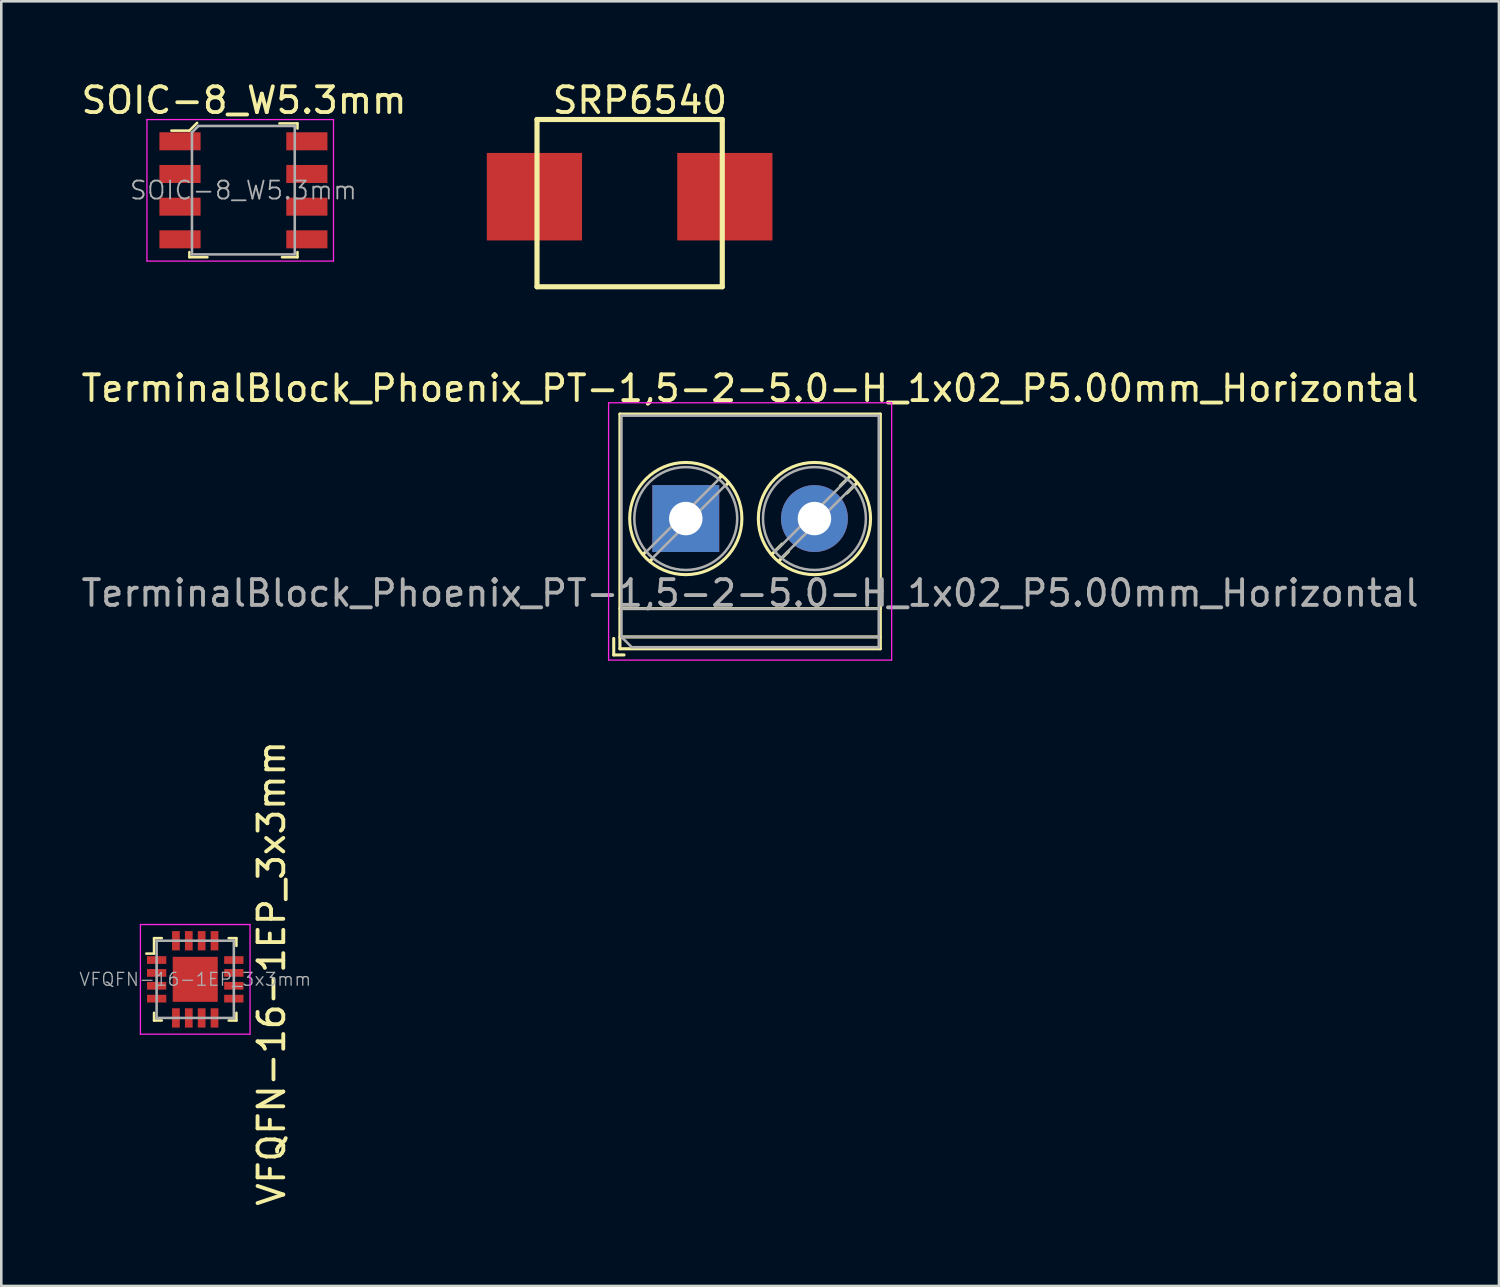
<source format=kicad_pcb>
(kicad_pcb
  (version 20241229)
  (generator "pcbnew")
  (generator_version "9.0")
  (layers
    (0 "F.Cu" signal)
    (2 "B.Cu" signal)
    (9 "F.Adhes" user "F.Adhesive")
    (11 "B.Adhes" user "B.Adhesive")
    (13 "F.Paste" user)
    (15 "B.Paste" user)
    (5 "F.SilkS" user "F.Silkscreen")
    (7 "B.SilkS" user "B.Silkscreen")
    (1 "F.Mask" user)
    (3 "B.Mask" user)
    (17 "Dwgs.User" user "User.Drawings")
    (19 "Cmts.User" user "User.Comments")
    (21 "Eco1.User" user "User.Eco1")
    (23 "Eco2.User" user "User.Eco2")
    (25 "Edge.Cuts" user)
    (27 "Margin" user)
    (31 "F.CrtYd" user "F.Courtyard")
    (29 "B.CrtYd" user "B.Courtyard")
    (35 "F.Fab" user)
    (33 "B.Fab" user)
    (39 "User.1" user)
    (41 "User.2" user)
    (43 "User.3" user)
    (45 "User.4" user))
  (footprint "VFQFN-16-1EP_3x3mm"
    (layer "F.Cu")
    (at 4.537 35.009)
    (property "Reference" "VFQFN-16-1EP_3x3mm" (at 2.967 -0.233 90) (layer "F.SilkS") (effects (font (size 1 1) (thickness 0.15))))
    (attr through_hole)
    (fp_line (start -1.6 -1.6) (end -1.6 -1) (stroke (width 0.1) (type solid)) (layer "F.SilkS"))
    (fp_line (start -1.6 -1.6) (end -1.3 -1.6) (stroke (width 0.1) (type solid)) (layer "F.SilkS"))
    (fp_line (start -1.6 -1) (end -1.9 -1) (stroke (width 0.1) (type solid)) (layer "F.SilkS"))
    (fp_line (start -1.6 1.6) (end -1.6 1.3) (stroke (width 0.1) (type solid)) (layer "F.SilkS"))
    (fp_line (start -1.6 1.6) (end -1.3 1.6) (stroke (width 0.1) (type solid)) (layer "F.SilkS"))
    (fp_line (start 1.6 -1.6) (end 1.3 -1.6) (stroke (width 0.1) (type solid)) (layer "F.SilkS"))
    (fp_line (start 1.6 -1.6) (end 1.6 -1.3) (stroke (width 0.1) (type solid)) (layer "F.SilkS"))
    (fp_line (start 1.6 1.6) (end 1.3 1.6) (stroke (width 0.1) (type solid)) (layer "F.SilkS"))
    (fp_line (start 1.6 1.6) (end 1.6 1.3) (stroke (width 0.1) (type solid)) (layer "F.SilkS"))
    (fp_line (start -2.13 -2.13) (end -2.13 2.13) (stroke (width 0.05) (type solid)) (layer "F.CrtYd"))
    (fp_line (start 2.13 -2.13) (end -2.13 -2.13) (stroke (width 0.05) (type solid)) (layer "F.CrtYd"))
    (fp_line (start 2.13 -2.13) (end 2.13 2.13) (stroke (width 0.05) (type solid)) (layer "F.CrtYd"))
    (fp_line (start 2.13 2.13) (end -2.13 2.13) (stroke (width 0.05) (type solid)) (layer "F.CrtYd"))
    (fp_line (start -1.5 -1.5) (end -1.5 1.5) (stroke (width 0.1) (type solid)) (layer "F.Fab"))
    (fp_line (start -1.5 -1.5) (end 1.5 -1.5) (stroke (width 0.1) (type solid)) (layer "F.Fab"))
    (fp_line (start -1.5 1.5) (end 1.5 1.5) (stroke (width 0.1) (type solid)) (layer "F.Fab"))
    (fp_line (start 1.5 -1.5) (end 1.5 1.5) (stroke (width 0.1) (type solid)) (layer "F.Fab"))
    (fp_text user "${REFERENCE}" (at 0 0 0) (layer "F.Fab") (effects (font (size 0.5 0.5) (thickness 0.05))))
    (pad "1" smd rect (at -1.5 -0.75) (size 0.75 0.3) (layers "F.Cu" "F.Mask" "F.Paste"))
    (pad "2" smd rect (at -1.5 -0.25) (size 0.75 0.3) (layers "F.Cu" "F.Mask" "F.Paste"))
    (pad "3" smd rect (at -1.5 0.25) (size 0.75 0.3) (layers "F.Cu" "F.Mask" "F.Paste"))
    (pad "4" smd rect (at -1.5 0.75) (size 0.75 0.3) (layers "F.Cu" "F.Mask" "F.Paste"))
    (pad "5" smd rect (at -0.75 1.5) (size 0.3 0.75) (layers "F.Cu" "F.Mask" "F.Paste"))
    (pad "6" smd rect (at -0.25 1.5) (size 0.3 0.75) (layers "F.Cu" "F.Mask" "F.Paste"))
    (pad "7" smd rect (at 0.25 1.5) (size 0.3 0.75) (layers "F.Cu" "F.Mask" "F.Paste"))
    (pad "8" smd rect (at 0.75 1.5) (size 0.3 0.75) (layers "F.Cu" "F.Mask" "F.Paste"))
    (pad "9" smd rect (at 1.5 0.75) (size 0.75 0.3) (layers "F.Cu" "F.Mask" "F.Paste"))
    (pad "10" smd rect (at 1.5 0.25) (size 0.75 0.3) (layers "F.Cu" "F.Mask" "F.Paste"))
    (pad "11" smd rect (at 1.5 -0.25) (size 0.75 0.3) (layers "F.Cu" "F.Mask" "F.Paste"))
    (pad "12" smd rect (at 1.5 -0.75) (size 0.75 0.3) (layers "F.Cu" "F.Mask" "F.Paste"))
    (pad "13" smd rect (at 0.75 -1.5) (size 0.3 0.75) (layers "F.Cu" "F.Mask" "F.Paste"))
    (pad "14" smd rect (at 0.25 -1.5) (size 0.3 0.75) (layers "F.Cu" "F.Mask" "F.Paste"))
    (pad "15" smd rect (at -0.25 -1.5) (size 0.3 0.75) (layers "F.Cu" "F.Mask" "F.Paste"))
    (pad "16" smd rect (at -0.75 -1.5) (size 0.3 0.75) (layers "F.Cu" "F.Mask" "F.Paste"))
    (pad "17" smd rect (at 0 0) (size 1.75 1.75) (layers "F.Cu" "F.Mask" "F.Paste")))
  (footprint "SRP6540"
    (layer "F.Cu")
    (at 21.819 0.594)
    (property "Reference" "SRP6540" (at 0 0.254 0) (layer "F.SilkS") (effects (font (size 1 1) (thickness 0.15))))
    (attr through_hole)
    (fp_line (start -4 1) (end -4 7.5) (stroke (width 0.2) (type solid)) (layer "F.SilkS"))
    (fp_line (start -4 7.5) (end 3.2 7.5) (stroke (width 0.2) (type solid)) (layer "F.SilkS"))
    (fp_line (start 3.2 1) (end -4 1) (stroke (width 0.2) (type solid)) (layer "F.SilkS"))
    (fp_line (start 3.2 7.5) (end 3.2 1) (stroke (width 0.2) (type solid)) (layer "F.SilkS"))
    (pad "1" smd rect (at 3.3 4) (size 3.7 3.4) (layers "F.Cu" "F.Mask" "F.Paste"))
    (pad "2" smd rect (at -4.1 4) (size 3.7 3.4) (layers "F.Cu" "F.Mask" "F.Paste")))
  (footprint "SOIC-8_W5.3mm"
    (layer "F.Cu")
    (at 6.41 4.346)
    (property "Reference" "SOIC-8_W5.3mm" (at 0.024 -3.497 0) (layer "F.SilkS") (effects (font (size 1 1) (thickness 0.15))))
    (attr through_hole)
    (fp_line (start -2.1 -2.32) (end -2.8 -2.32) (stroke (width 0.1) (type solid)) (layer "F.SilkS"))
    (fp_line (start -2.1 2.4) (end -2.1 2.6) (stroke (width 0.1) (type solid)) (layer "F.SilkS"))
    (fp_line (start -2.1 2.6) (end -1.4 2.6) (stroke (width 0.1) (type solid)) (layer "F.SilkS"))
    (fp_line (start -1.8 -2.62) (end -2.1 -2.32) (stroke (width 0.1) (type solid)) (layer "F.SilkS"))
    (fp_line (start 1.4 -2.6) (end 2.1 -2.6) (stroke (width 0.1) (type solid)) (layer "F.SilkS"))
    (fp_line (start 2.1 -2.6) (end 2.1 -2.4) (stroke (width 0.1) (type solid)) (layer "F.SilkS"))
    (fp_line (start 2.1 2.4) (end 2.1 2.6) (stroke (width 0.1) (type solid)) (layer "F.SilkS"))
    (fp_line (start 2.1 2.6) (end 1.5 2.6) (stroke (width 0.1) (type solid)) (layer "F.SilkS"))
    (fp_line (start -3.75 -2.75) (end -3.75 2.75) (stroke (width 0.05) (type solid)) (layer "F.CrtYd"))
    (fp_line (start -3.75 -2.75) (end 3.5 -2.75) (stroke (width 0.05) (type solid)) (layer "F.CrtYd"))
    (fp_line (start -3.75 2.75) (end 3.5 2.75) (stroke (width 0.05) (type solid)) (layer "F.CrtYd"))
    (fp_line (start 3.5 -2.75) (end 3.5 2.75) (stroke (width 0.05) (type solid)) (layer "F.CrtYd"))
    (fp_line (start -2 -2.25) (end -1.75 -2.5) (stroke (width 0.1) (type solid)) (layer "F.Fab"))
    (fp_line (start -2 2.49) (end -2 -2.25) (stroke (width 0.1) (type solid)) (layer "F.Fab"))
    (fp_line (start -1.995 2.49) (end 1.995 2.49) (stroke (width 0.1) (type solid)) (layer "F.Fab"))
    (fp_line (start 1.99 -2.5) (end -1.75 -2.5) (stroke (width 0.1) (type solid)) (layer "F.Fab"))
    (fp_line (start 1.995 2.49) (end 1.995 -2.49) (stroke (width 0.1) (type solid)) (layer "F.Fab"))
    (fp_text user "${REFERENCE}" (at 0 0 0) (layer "F.Fab") (effects (font (size 0.7 0.7) (thickness 0.07))))
    (pad "1" smd rect (at -2.465 -1.905) (size 1.6 0.7) (layers "F.Cu" "F.Mask" "F.Paste"))
    (pad "2" smd rect (at -2.465 -0.635) (size 1.6 0.7) (layers "F.Cu" "F.Mask" "F.Paste"))
    (pad "3" smd rect (at -2.465 0.635) (size 1.6 0.7) (layers "F.Cu" "F.Mask" "F.Paste"))
    (pad "4" smd rect (at -2.465 1.905) (size 1.6 0.7) (layers "F.Cu" "F.Mask" "F.Paste"))
    (pad "5" smd rect (at 2.465 1.905) (size 1.6 0.7) (layers "F.Cu" "F.Mask" "F.Paste"))
    (pad "6" smd rect (at 2.465 0.635) (size 1.6 0.7) (layers "F.Cu" "F.Mask" "F.Paste"))
    (pad "7" smd rect (at 2.465 -0.635) (size 1.6 0.7) (layers "F.Cu" "F.Mask" "F.Paste"))
    (pad "8" smd rect (at 2.465 -1.905) (size 1.6 0.7) (layers "F.Cu" "F.Mask" "F.Paste")))
  (footprint "TerminalBlock_Phoenix_PT-1,5-2-5.0-H_1x02_P5.00mm_Horizontal"
    (layer "F.Cu")
    (at 23.601 17.102)
    (property "Reference" "TerminalBlock_Phoenix_PT-1,5-2-5.0-H_1x02_P5.00mm_Horizontal" (at 2.5 -5.06 0) (layer "F.SilkS") (effects (font (size 1 1) (thickness 0.15))))
    (attr through_hole)
    (fp_line (start -2.8 4.66) (end -2.8 5.3) (stroke (width 0.12) (type solid)) (layer "F.SilkS"))
    (fp_line (start -2.8 5.3) (end -2.4 5.3) (stroke (width 0.12) (type solid)) (layer "F.SilkS"))
    (fp_line (start -2.56 -4.06) (end -2.56 5.06) (stroke (width 0.12) (type solid)) (layer "F.SilkS"))
    (fp_line (start -2.56 -4.06) (end 7.56 -4.06) (stroke (width 0.12) (type solid)) (layer "F.SilkS"))
    (fp_line (start -2.56 3.5) (end 7.56 3.5) (stroke (width 0.12) (type solid)) (layer "F.SilkS"))
    (fp_line (start -2.56 4.6) (end 7.56 4.6) (stroke (width 0.12) (type solid)) (layer "F.SilkS"))
    (fp_line (start -2.56 5.06) (end 7.56 5.06) (stroke (width 0.12) (type solid)) (layer "F.SilkS"))
    (fp_line (start -1.548 1.281) (end -1.654 1.388) (stroke (width 0.12) (type solid)) (layer "F.SilkS"))
    (fp_line (start -1.282 1.547) (end -1.388 1.654) (stroke (width 0.12) (type solid)) (layer "F.SilkS"))
    (fp_line (start 1.388 -1.654) (end 1.281 -1.547) (stroke (width 0.12) (type solid)) (layer "F.SilkS"))
    (fp_line (start 1.654 -1.388) (end 1.547 -1.281) (stroke (width 0.12) (type solid)) (layer "F.SilkS"))
    (fp_line (start 3.742 0.992) (end 3.347 1.388) (stroke (width 0.12) (type solid)) (layer "F.SilkS"))
    (fp_line (start 3.993 1.274) (end 3.613 1.654) (stroke (width 0.12) (type solid)) (layer "F.SilkS"))
    (fp_line (start 6.388 -1.654) (end 6.008 -1.274) (stroke (width 0.12) (type solid)) (layer "F.SilkS"))
    (fp_line (start 6.654 -1.388) (end 6.259 -0.992) (stroke (width 0.12) (type solid)) (layer "F.SilkS"))
    (fp_line (start 7.56 -4.06) (end 7.56 5.06) (stroke (width 0.12) (type solid)) (layer "F.SilkS"))
    (fp_circle (center 0 0) (end 2.18 0) (stroke (width 0.12) (type solid)) (fill no) (layer "F.SilkS"))
    (fp_circle (center 5 0) (end 7.18 0) (stroke (width 0.12) (type solid)) (fill no) (layer "F.SilkS"))
    (fp_line (start -3 -4.5) (end -3 5.5) (stroke (width 0.05) (type solid)) (layer "F.CrtYd"))
    (fp_line (start -3 5.5) (end 8 5.5) (stroke (width 0.05) (type solid)) (layer "F.CrtYd"))
    (fp_line (start 8 -4.5) (end -3 -4.5) (stroke (width 0.05) (type solid)) (layer "F.CrtYd"))
    (fp_line (start 8 5.5) (end 8 -4.5) (stroke (width 0.05) (type solid)) (layer "F.CrtYd"))
    (fp_line (start -2.5 -4) (end 7.5 -4) (stroke (width 0.1) (type solid)) (layer "F.Fab"))
    (fp_line (start -2.5 3.5) (end 7.5 3.5) (stroke (width 0.1) (type solid)) (layer "F.Fab"))
    (fp_line (start -2.5 4.6) (end -2.5 -4) (stroke (width 0.1) (type solid)) (layer "F.Fab"))
    (fp_line (start -2.5 4.6) (end 7.5 4.6) (stroke (width 0.1) (type solid)) (layer "F.Fab"))
    (fp_line (start -2.1 5) (end -2.5 4.6) (stroke (width 0.1) (type solid)) (layer "F.Fab"))
    (fp_line (start 1.273 -1.517) (end -1.517 1.273) (stroke (width 0.1) (type solid)) (layer "F.Fab"))
    (fp_line (start 1.517 -1.273) (end -1.273 1.517) (stroke (width 0.1) (type solid)) (layer "F.Fab"))
    (fp_line (start 6.273 -1.517) (end 3.484 1.273) (stroke (width 0.1) (type solid)) (layer "F.Fab"))
    (fp_line (start 6.517 -1.273) (end 3.728 1.517) (stroke (width 0.1) (type solid)) (layer "F.Fab"))
    (fp_line (start 7.5 -4) (end 7.5 5) (stroke (width 0.1) (type solid)) (layer "F.Fab"))
    (fp_line (start 7.5 5) (end -2.1 5) (stroke (width 0.1) (type solid)) (layer "F.Fab"))
    (fp_circle (center 0 0) (end 2 0) (stroke (width 0.1) (type solid)) (fill no) (layer "F.Fab"))
    (fp_circle (center 5 0) (end 7 0) (stroke (width 0.1) (type solid)) (fill no) (layer "F.Fab"))
    (fp_text user "${REFERENCE}" (at 2.5 2.9 0) (layer "F.Fab") (effects (font (size 1 1) (thickness 0.15))))
    (pad "1" thru_hole rect (at 0 0) (size 2.6 2.6) (drill 1.3) (layers "*.Cu" "*.Mask"))
    (pad "2" thru_hole circle (at 5 0) (size 2.6 2.6) (drill 1.3) (layers "*.Cu" "*.Mask")))
  (gr_rect
    (start -3 -3)
    (end 55.202 46.925)
    (stroke (width 0.1) (type default))
    (fill no)
    (layer "Edge.Cuts")))
</source>
